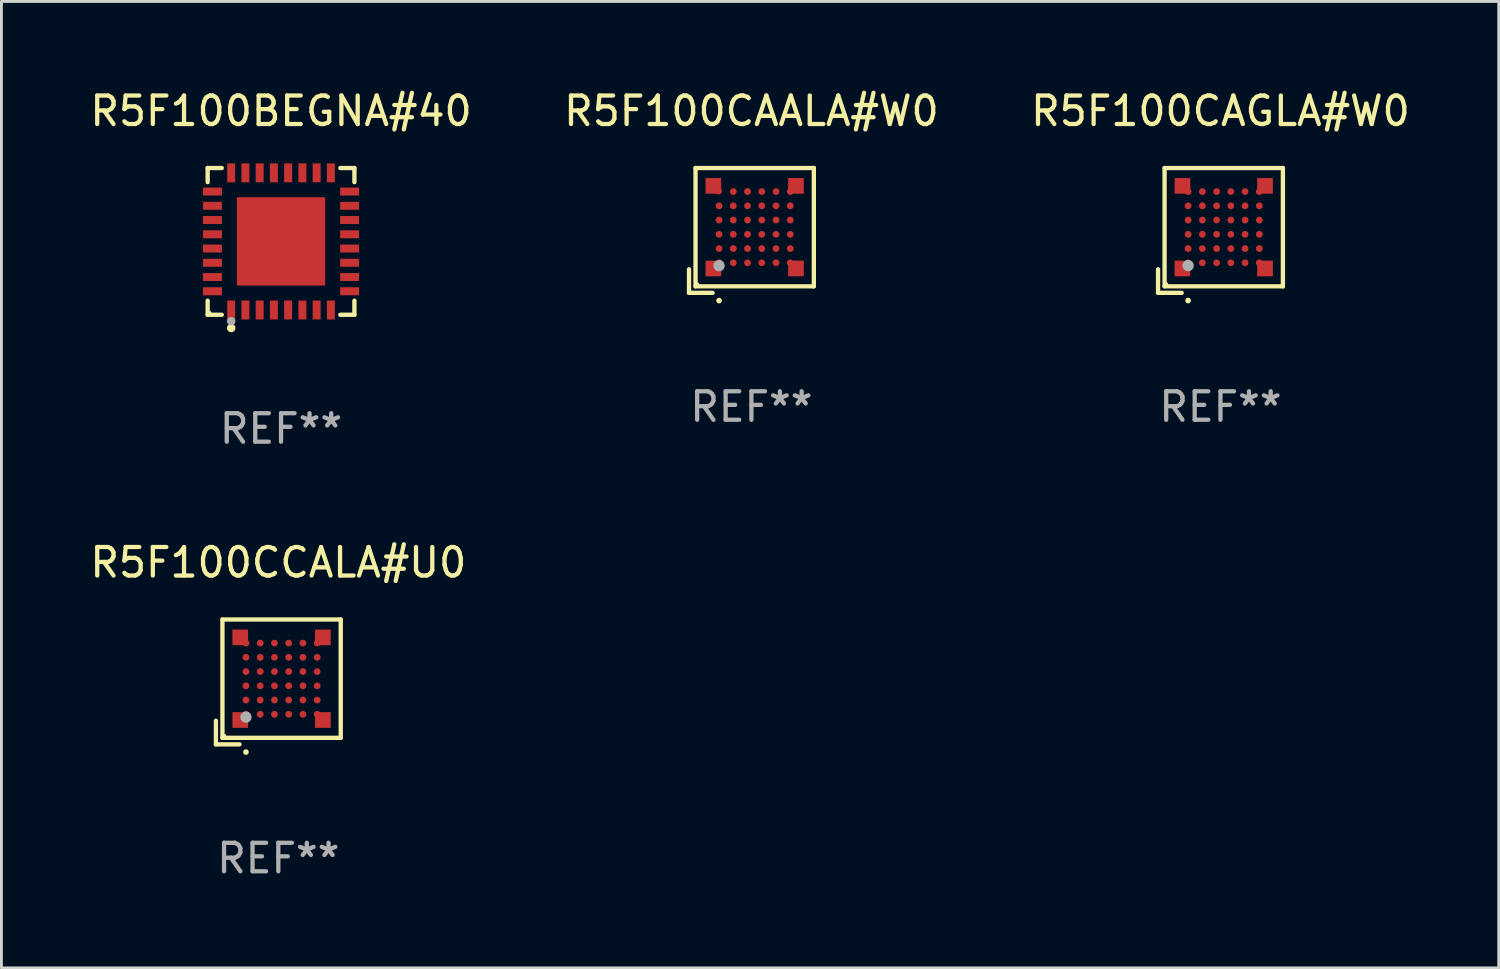
<source format=kicad_pcb>
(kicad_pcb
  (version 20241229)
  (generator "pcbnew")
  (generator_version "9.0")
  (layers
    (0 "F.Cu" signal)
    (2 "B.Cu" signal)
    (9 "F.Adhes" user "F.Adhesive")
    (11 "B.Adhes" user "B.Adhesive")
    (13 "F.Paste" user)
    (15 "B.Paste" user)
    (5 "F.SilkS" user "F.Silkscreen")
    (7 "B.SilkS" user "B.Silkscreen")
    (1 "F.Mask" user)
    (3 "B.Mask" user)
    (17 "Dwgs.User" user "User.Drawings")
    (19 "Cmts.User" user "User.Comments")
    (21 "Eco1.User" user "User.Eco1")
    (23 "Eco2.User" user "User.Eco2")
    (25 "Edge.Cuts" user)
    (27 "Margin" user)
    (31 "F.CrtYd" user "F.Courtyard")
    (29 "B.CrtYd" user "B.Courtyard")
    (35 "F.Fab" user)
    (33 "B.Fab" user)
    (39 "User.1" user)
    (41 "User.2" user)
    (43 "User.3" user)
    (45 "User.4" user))
  (footprint "R5F100CCALA#U0"
    (layer "F.Cu")
    (at 6.72 20.888)
    (property "Reference" "R5F100CCALA#U0" (at 0 -4.191 0) (layer "F.SilkS") (effects (font (size 1 1) (thickness 0.15))))
    (attr through_hole)
    (fp_line (start -2.191 1.362) (end -2.191 2.191) (stroke (width 0.152) (type solid)) (layer "F.SilkS"))
    (fp_line (start -2.191 2.191) (end -1.362 2.191) (stroke (width 0.152) (type solid)) (layer "F.SilkS"))
    (fp_line (start -1.962 -2.191) (end 2.191 -2.191) (stroke (width 0.152) (type solid)) (layer "F.SilkS"))
    (fp_line (start -1.962 1.962) (end -1.962 -2.191) (stroke (width 0.152) (type solid)) (layer "F.SilkS"))
    (fp_line (start 2.191 -2.191) (end 2.191 1.962) (stroke (width 0.152) (type solid)) (layer "F.SilkS"))
    (fp_line (start 2.191 1.962) (end -1.962 1.962) (stroke (width 0.152) (type solid)) (layer "F.SilkS"))
    (fp_circle (center -1.886 1.886) (end -1.856 1.886) (stroke (width 0.06) (type solid)) (fill no) (layer "F.SilkS"))
    (fp_circle (center -1.136 2.462) (end -1.086 2.462) (stroke (width 0.1) (type solid)) (fill no) (layer "F.SilkS"))
    (fp_circle (center -1.136 1.236) (end -1.036 1.236) (stroke (width 0.2) (type solid)) (fill no) (layer "F.Fab"))
    (fp_text user "REF**" (at 0 6.191 0) (layer "F.Fab") (effects (font (size 1 1) (thickness 0.15))))
    (pad "A1" smd rect (at -1.336 1.336) (size 0.55 0.55) (layers "F.Cu" "F.Mask" "F.Paste"))
    (pad "A1" smd circle (at -1.136 1.136) (size 0.24 0.24) (layers "F.Cu" "F.Mask" "F.Paste"))
    (pad "A2" smd circle (at -1.136 0.636) (size 0.24 0.24) (layers "F.Cu" "F.Mask" "F.Paste"))
    (pad "A3" smd circle (at -1.136 0.136) (size 0.24 0.24) (layers "F.Cu" "F.Mask" "F.Paste"))
    (pad "A4" smd circle (at -1.136 -0.364) (size 0.24 0.24) (layers "F.Cu" "F.Mask" "F.Paste"))
    (pad "A5" smd circle (at -1.136 -0.864) (size 0.24 0.24) (layers "F.Cu" "F.Mask" "F.Paste"))
    (pad "A6" smd rect (at -1.336 -1.564) (size 0.55 0.55) (layers "F.Cu" "F.Mask" "F.Paste"))
    (pad "A6" smd circle (at -1.136 -1.364) (size 0.24 0.24) (layers "F.Cu" "F.Mask" "F.Paste"))
    (pad "B1" smd circle (at -0.636 1.136) (size 0.24 0.24) (layers "F.Cu" "F.Mask" "F.Paste"))
    (pad "B2" smd circle (at -0.636 0.636) (size 0.24 0.24) (layers "F.Cu" "F.Mask" "F.Paste"))
    (pad "B3" smd circle (at -0.636 0.136) (size 0.24 0.24) (layers "F.Cu" "F.Mask" "F.Paste"))
    (pad "B4" smd circle (at -0.636 -0.364) (size 0.24 0.24) (layers "F.Cu" "F.Mask" "F.Paste"))
    (pad "B5" smd circle (at -0.636 -0.864) (size 0.24 0.24) (layers "F.Cu" "F.Mask" "F.Paste"))
    (pad "B6" smd circle (at -0.636 -1.364) (size 0.24 0.24) (layers "F.Cu" "F.Mask" "F.Paste"))
    (pad "C1" smd circle (at -0.136 1.136) (size 0.24 0.24) (layers "F.Cu" "F.Mask" "F.Paste"))
    (pad "C2" smd circle (at -0.136 0.636) (size 0.24 0.24) (layers "F.Cu" "F.Mask" "F.Paste"))
    (pad "C3" smd circle (at -0.136 0.136) (size 0.24 0.24) (layers "F.Cu" "F.Mask" "F.Paste"))
    (pad "C4" smd circle (at -0.136 -0.364) (size 0.24 0.24) (layers "F.Cu" "F.Mask" "F.Paste"))
    (pad "C5" smd circle (at -0.136 -0.864) (size 0.24 0.24) (layers "F.Cu" "F.Mask" "F.Paste"))
    (pad "C6" smd circle (at -0.136 -1.364) (size 0.24 0.24) (layers "F.Cu" "F.Mask" "F.Paste"))
    (pad "D1" smd circle (at 0.364 1.136) (size 0.24 0.24) (layers "F.Cu" "F.Mask" "F.Paste"))
    (pad "D2" smd circle (at 0.364 0.636) (size 0.24 0.24) (layers "F.Cu" "F.Mask" "F.Paste"))
    (pad "D3" smd circle (at 0.364 0.136) (size 0.24 0.24) (layers "F.Cu" "F.Mask" "F.Paste"))
    (pad "D4" smd circle (at 0.364 -0.364) (size 0.24 0.24) (layers "F.Cu" "F.Mask" "F.Paste"))
    (pad "D5" smd circle (at 0.364 -0.864) (size 0.24 0.24) (layers "F.Cu" "F.Mask" "F.Paste"))
    (pad "D6" smd circle (at 0.364 -1.364) (size 0.24 0.24) (layers "F.Cu" "F.Mask" "F.Paste"))
    (pad "E1" smd circle (at 0.864 1.136) (size 0.24 0.24) (layers "F.Cu" "F.Mask" "F.Paste"))
    (pad "E2" smd circle (at 0.864 0.636) (size 0.24 0.24) (layers "F.Cu" "F.Mask" "F.Paste"))
    (pad "E3" smd circle (at 0.864 0.136) (size 0.24 0.24) (layers "F.Cu" "F.Mask" "F.Paste"))
    (pad "E4" smd circle (at 0.864 -0.364) (size 0.24 0.24) (layers "F.Cu" "F.Mask" "F.Paste"))
    (pad "E5" smd circle (at 0.864 -0.864) (size 0.24 0.24) (layers "F.Cu" "F.Mask" "F.Paste"))
    (pad "E6" smd circle (at 0.864 -1.364) (size 0.24 0.24) (layers "F.Cu" "F.Mask" "F.Paste"))
    (pad "F1" smd circle (at 1.364 1.136) (size 0.24 0.24) (layers "F.Cu" "F.Mask" "F.Paste"))
    (pad "F1" smd rect (at 1.564 1.336) (size 0.55 0.55) (layers "F.Cu" "F.Mask" "F.Paste"))
    (pad "F2" smd circle (at 1.364 0.636) (size 0.24 0.24) (layers "F.Cu" "F.Mask" "F.Paste"))
    (pad "F3" smd circle (at 1.364 0.136) (size 0.24 0.24) (layers "F.Cu" "F.Mask" "F.Paste"))
    (pad "F4" smd circle (at 1.364 -0.364) (size 0.24 0.24) (layers "F.Cu" "F.Mask" "F.Paste"))
    (pad "F5" smd circle (at 1.364 -0.864) (size 0.24 0.24) (layers "F.Cu" "F.Mask" "F.Paste"))
    (pad "F6" smd circle (at 1.364 -1.364) (size 0.24 0.24) (layers "F.Cu" "F.Mask" "F.Paste"))
    (pad "F6" smd rect (at 1.564 -1.564) (size 0.55 0.55) (layers "F.Cu" "F.Mask" "F.Paste")))
  (footprint "R5F100CAGLA#W0"
    (layer "F.Cu")
    (at 39.792 5.039)
    (property "Reference" "R5F100CAGLA#W0" (at 0 -4.191 0) (layer "F.SilkS") (effects (font (size 1 1) (thickness 0.15))))
    (attr through_hole)
    (fp_line (start -2.191 1.362) (end -2.191 2.191) (stroke (width 0.152) (type solid)) (layer "F.SilkS"))
    (fp_line (start -2.191 2.191) (end -1.362 2.191) (stroke (width 0.152) (type solid)) (layer "F.SilkS"))
    (fp_line (start -1.962 -2.191) (end 2.191 -2.191) (stroke (width 0.152) (type solid)) (layer "F.SilkS"))
    (fp_line (start -1.962 1.962) (end -1.962 -2.191) (stroke (width 0.152) (type solid)) (layer "F.SilkS"))
    (fp_line (start 2.191 -2.191) (end 2.191 1.962) (stroke (width 0.152) (type solid)) (layer "F.SilkS"))
    (fp_line (start 2.191 1.962) (end -1.962 1.962) (stroke (width 0.152) (type solid)) (layer "F.SilkS"))
    (fp_circle (center -1.886 1.886) (end -1.856 1.886) (stroke (width 0.06) (type solid)) (fill no) (layer "F.SilkS"))
    (fp_circle (center -1.136 2.462) (end -1.086 2.462) (stroke (width 0.1) (type solid)) (fill no) (layer "F.SilkS"))
    (fp_circle (center -1.136 1.236) (end -1.036 1.236) (stroke (width 0.2) (type solid)) (fill no) (layer "F.Fab"))
    (fp_text user "REF**" (at 0 6.191 0) (layer "F.Fab") (effects (font (size 1 1) (thickness 0.15))))
    (pad "A1" smd rect (at -1.336 1.336) (size 0.55 0.55) (layers "F.Cu" "F.Mask" "F.Paste"))
    (pad "A1" smd circle (at -1.136 1.136) (size 0.24 0.24) (layers "F.Cu" "F.Mask" "F.Paste"))
    (pad "A2" smd circle (at -1.136 0.636) (size 0.24 0.24) (layers "F.Cu" "F.Mask" "F.Paste"))
    (pad "A3" smd circle (at -1.136 0.136) (size 0.24 0.24) (layers "F.Cu" "F.Mask" "F.Paste"))
    (pad "A4" smd circle (at -1.136 -0.364) (size 0.24 0.24) (layers "F.Cu" "F.Mask" "F.Paste"))
    (pad "A5" smd circle (at -1.136 -0.864) (size 0.24 0.24) (layers "F.Cu" "F.Mask" "F.Paste"))
    (pad "A6" smd rect (at -1.336 -1.564) (size 0.55 0.55) (layers "F.Cu" "F.Mask" "F.Paste"))
    (pad "A6" smd circle (at -1.136 -1.364) (size 0.24 0.24) (layers "F.Cu" "F.Mask" "F.Paste"))
    (pad "B1" smd circle (at -0.636 1.136) (size 0.24 0.24) (layers "F.Cu" "F.Mask" "F.Paste"))
    (pad "B2" smd circle (at -0.636 0.636) (size 0.24 0.24) (layers "F.Cu" "F.Mask" "F.Paste"))
    (pad "B3" smd circle (at -0.636 0.136) (size 0.24 0.24) (layers "F.Cu" "F.Mask" "F.Paste"))
    (pad "B4" smd circle (at -0.636 -0.364) (size 0.24 0.24) (layers "F.Cu" "F.Mask" "F.Paste"))
    (pad "B5" smd circle (at -0.636 -0.864) (size 0.24 0.24) (layers "F.Cu" "F.Mask" "F.Paste"))
    (pad "B6" smd circle (at -0.636 -1.364) (size 0.24 0.24) (layers "F.Cu" "F.Mask" "F.Paste"))
    (pad "C1" smd circle (at -0.136 1.136) (size 0.24 0.24) (layers "F.Cu" "F.Mask" "F.Paste"))
    (pad "C2" smd circle (at -0.136 0.636) (size 0.24 0.24) (layers "F.Cu" "F.Mask" "F.Paste"))
    (pad "C3" smd circle (at -0.136 0.136) (size 0.24 0.24) (layers "F.Cu" "F.Mask" "F.Paste"))
    (pad "C4" smd circle (at -0.136 -0.364) (size 0.24 0.24) (layers "F.Cu" "F.Mask" "F.Paste"))
    (pad "C5" smd circle (at -0.136 -0.864) (size 0.24 0.24) (layers "F.Cu" "F.Mask" "F.Paste"))
    (pad "C6" smd circle (at -0.136 -1.364) (size 0.24 0.24) (layers "F.Cu" "F.Mask" "F.Paste"))
    (pad "D1" smd circle (at 0.364 1.136) (size 0.24 0.24) (layers "F.Cu" "F.Mask" "F.Paste"))
    (pad "D2" smd circle (at 0.364 0.636) (size 0.24 0.24) (layers "F.Cu" "F.Mask" "F.Paste"))
    (pad "D3" smd circle (at 0.364 0.136) (size 0.24 0.24) (layers "F.Cu" "F.Mask" "F.Paste"))
    (pad "D4" smd circle (at 0.364 -0.364) (size 0.24 0.24) (layers "F.Cu" "F.Mask" "F.Paste"))
    (pad "D5" smd circle (at 0.364 -0.864) (size 0.24 0.24) (layers "F.Cu" "F.Mask" "F.Paste"))
    (pad "D6" smd circle (at 0.364 -1.364) (size 0.24 0.24) (layers "F.Cu" "F.Mask" "F.Paste"))
    (pad "E1" smd circle (at 0.864 1.136) (size 0.24 0.24) (layers "F.Cu" "F.Mask" "F.Paste"))
    (pad "E2" smd circle (at 0.864 0.636) (size 0.24 0.24) (layers "F.Cu" "F.Mask" "F.Paste"))
    (pad "E3" smd circle (at 0.864 0.136) (size 0.24 0.24) (layers "F.Cu" "F.Mask" "F.Paste"))
    (pad "E4" smd circle (at 0.864 -0.364) (size 0.24 0.24) (layers "F.Cu" "F.Mask" "F.Paste"))
    (pad "E5" smd circle (at 0.864 -0.864) (size 0.24 0.24) (layers "F.Cu" "F.Mask" "F.Paste"))
    (pad "E6" smd circle (at 0.864 -1.364) (size 0.24 0.24) (layers "F.Cu" "F.Mask" "F.Paste"))
    (pad "F1" smd circle (at 1.364 1.136) (size 0.24 0.24) (layers "F.Cu" "F.Mask" "F.Paste"))
    (pad "F1" smd rect (at 1.564 1.336) (size 0.55 0.55) (layers "F.Cu" "F.Mask" "F.Paste"))
    (pad "F2" smd circle (at 1.364 0.636) (size 0.24 0.24) (layers "F.Cu" "F.Mask" "F.Paste"))
    (pad "F3" smd circle (at 1.364 0.136) (size 0.24 0.24) (layers "F.Cu" "F.Mask" "F.Paste"))
    (pad "F4" smd circle (at 1.364 -0.364) (size 0.24 0.24) (layers "F.Cu" "F.Mask" "F.Paste"))
    (pad "F5" smd circle (at 1.364 -0.864) (size 0.24 0.24) (layers "F.Cu" "F.Mask" "F.Paste"))
    (pad "F6" smd circle (at 1.364 -1.364) (size 0.24 0.24) (layers "F.Cu" "F.Mask" "F.Paste"))
    (pad "F6" smd rect (at 1.564 -1.564) (size 0.55 0.55) (layers "F.Cu" "F.Mask" "F.Paste")))
  (footprint "R5F100BEGNA#40"
    (layer "F.Cu")
    (at 6.815 5.424)
    (property "Reference" "R5F100BEGNA#40" (at 0 -4.576 0) (layer "F.SilkS") (effects (font (size 1 1) (thickness 0.15))))
    (attr through_hole)
    (fp_line (start -2.576 -2.576) (end -2.08 -2.576) (stroke (width 0.152) (type solid)) (layer "F.SilkS"))
    (fp_line (start -2.576 -2.08) (end -2.576 -2.576) (stroke (width 0.152) (type solid)) (layer "F.SilkS"))
    (fp_line (start -2.576 2.08) (end -2.576 2.576) (stroke (width 0.152) (type solid)) (layer "F.SilkS"))
    (fp_line (start -2.576 2.576) (end -2.08 2.576) (stroke (width 0.152) (type solid)) (layer "F.SilkS"))
    (fp_line (start 2.576 -2.576) (end 2.08 -2.576) (stroke (width 0.152) (type solid)) (layer "F.SilkS"))
    (fp_line (start 2.576 -2.08) (end 2.576 -2.576) (stroke (width 0.152) (type solid)) (layer "F.SilkS"))
    (fp_line (start 2.576 2.08) (end 2.576 2.576) (stroke (width 0.152) (type solid)) (layer "F.SilkS"))
    (fp_line (start 2.576 2.576) (end 2.08 2.576) (stroke (width 0.152) (type solid)) (layer "F.SilkS"))
    (fp_circle (center -2.5 2.5) (end -2.47 2.5) (stroke (width 0.06) (type solid)) (fill no) (layer "F.SilkS"))
    (fp_circle (center -1.75 3.04) (end -1.675 3.04) (stroke (width 0.15) (type solid)) (fill no) (layer "F.SilkS"))
    (fp_circle (center -1.75 2.8) (end -1.675 2.8) (stroke (width 0.15) (type solid)) (fill no) (layer "F.Fab"))
    (fp_text user "REF**" (at 0 6.576 0) (layer "F.Fab") (effects (font (size 1 1) (thickness 0.15))))
    (pad "1" smd rect (at -1.75 2.407) (size 0.28 0.665) (layers "F.Cu" "F.Mask" "F.Paste"))
    (pad "2" smd rect (at -1.25 2.407) (size 0.28 0.665) (layers "F.Cu" "F.Mask" "F.Paste"))
    (pad "3" smd rect (at -0.75 2.407) (size 0.28 0.665) (layers "F.Cu" "F.Mask" "F.Paste"))
    (pad "4" smd rect (at -0.25 2.407) (size 0.28 0.665) (layers "F.Cu" "F.Mask" "F.Paste"))
    (pad "5" smd rect (at 0.25 2.407) (size 0.28 0.665) (layers "F.Cu" "F.Mask" "F.Paste"))
    (pad "6" smd rect (at 0.75 2.407) (size 0.28 0.665) (layers "F.Cu" "F.Mask" "F.Paste"))
    (pad "7" smd rect (at 1.25 2.407) (size 0.28 0.665) (layers "F.Cu" "F.Mask" "F.Paste"))
    (pad "8" smd rect (at 1.75 2.407) (size 0.28 0.665) (layers "F.Cu" "F.Mask" "F.Paste"))
    (pad "9" smd rect (at 2.407 1.75) (size 0.665 0.28) (layers "F.Cu" "F.Mask" "F.Paste"))
    (pad "10" smd rect (at 2.407 1.25) (size 0.665 0.28) (layers "F.Cu" "F.Mask" "F.Paste"))
    (pad "11" smd rect (at 2.407 0.75) (size 0.665 0.28) (layers "F.Cu" "F.Mask" "F.Paste"))
    (pad "12" smd rect (at 2.407 0.25) (size 0.665 0.28) (layers "F.Cu" "F.Mask" "F.Paste"))
    (pad "13" smd rect (at 2.407 -0.25) (size 0.665 0.28) (layers "F.Cu" "F.Mask" "F.Paste"))
    (pad "14" smd rect (at 2.407 -0.75) (size 0.665 0.28) (layers "F.Cu" "F.Mask" "F.Paste"))
    (pad "15" smd rect (at 2.407 -1.25) (size 0.665 0.28) (layers "F.Cu" "F.Mask" "F.Paste"))
    (pad "16" smd rect (at 2.407 -1.75) (size 0.665 0.28) (layers "F.Cu" "F.Mask" "F.Paste"))
    (pad "17" smd rect (at 1.75 -2.407) (size 0.28 0.665) (layers "F.Cu" "F.Mask" "F.Paste"))
    (pad "18" smd rect (at 1.25 -2.407) (size 0.28 0.665) (layers "F.Cu" "F.Mask" "F.Paste"))
    (pad "19" smd rect (at 0.75 -2.407) (size 0.28 0.665) (layers "F.Cu" "F.Mask" "F.Paste"))
    (pad "20" smd rect (at 0.25 -2.407) (size 0.28 0.665) (layers "F.Cu" "F.Mask" "F.Paste"))
    (pad "21" smd rect (at -0.25 -2.407) (size 0.28 0.665) (layers "F.Cu" "F.Mask" "F.Paste"))
    (pad "22" smd rect (at -0.75 -2.407) (size 0.28 0.665) (layers "F.Cu" "F.Mask" "F.Paste"))
    (pad "23" smd rect (at -1.25 -2.407) (size 0.28 0.665) (layers "F.Cu" "F.Mask" "F.Paste"))
    (pad "24" smd rect (at -1.75 -2.407) (size 0.28 0.665) (layers "F.Cu" "F.Mask" "F.Paste"))
    (pad "25" smd rect (at -2.407 -1.75) (size 0.665 0.28) (layers "F.Cu" "F.Mask" "F.Paste"))
    (pad "26" smd rect (at -2.407 -1.25) (size 0.665 0.28) (layers "F.Cu" "F.Mask" "F.Paste"))
    (pad "27" smd rect (at -2.407 -0.75) (size 0.665 0.28) (layers "F.Cu" "F.Mask" "F.Paste"))
    (pad "28" smd rect (at -2.407 -0.25) (size 0.665 0.28) (layers "F.Cu" "F.Mask" "F.Paste"))
    (pad "29" smd rect (at -2.407 0.25) (size 0.665 0.28) (layers "F.Cu" "F.Mask" "F.Paste"))
    (pad "30" smd rect (at -2.407 0.75) (size 0.665 0.28) (layers "F.Cu" "F.Mask" "F.Paste"))
    (pad "31" smd rect (at -2.407 1.25) (size 0.665 0.28) (layers "F.Cu" "F.Mask" "F.Paste"))
    (pad "32" smd rect (at -2.407 1.75) (size 0.665 0.28) (layers "F.Cu" "F.Mask" "F.Paste"))
    (pad "33" smd rect (at 0 0) (size 3.1 3.1) (layers "F.Cu" "F.Mask" "F.Paste")))
  (footprint "R5F100CAALA#W0"
    (layer "F.Cu")
    (at 23.327 5.039)
    (property "Reference" "R5F100CAALA#W0" (at 0 -4.191 0) (layer "F.SilkS") (effects (font (size 1 1) (thickness 0.15))))
    (attr through_hole)
    (fp_line (start -2.191 1.362) (end -2.191 2.191) (stroke (width 0.152) (type solid)) (layer "F.SilkS"))
    (fp_line (start -2.191 2.191) (end -1.362 2.191) (stroke (width 0.152) (type solid)) (layer "F.SilkS"))
    (fp_line (start -1.962 -2.191) (end 2.191 -2.191) (stroke (width 0.152) (type solid)) (layer "F.SilkS"))
    (fp_line (start -1.962 1.962) (end -1.962 -2.191) (stroke (width 0.152) (type solid)) (layer "F.SilkS"))
    (fp_line (start 2.191 -2.191) (end 2.191 1.962) (stroke (width 0.152) (type solid)) (layer "F.SilkS"))
    (fp_line (start 2.191 1.962) (end -1.962 1.962) (stroke (width 0.152) (type solid)) (layer "F.SilkS"))
    (fp_circle (center -1.886 1.886) (end -1.856 1.886) (stroke (width 0.06) (type solid)) (fill no) (layer "F.SilkS"))
    (fp_circle (center -1.136 2.462) (end -1.086 2.462) (stroke (width 0.1) (type solid)) (fill no) (layer "F.SilkS"))
    (fp_circle (center -1.136 1.236) (end -1.036 1.236) (stroke (width 0.2) (type solid)) (fill no) (layer "F.Fab"))
    (fp_text user "REF**" (at 0 6.191 0) (layer "F.Fab") (effects (font (size 1 1) (thickness 0.15))))
    (pad "A1" smd rect (at -1.336 1.336) (size 0.55 0.55) (layers "F.Cu" "F.Mask" "F.Paste"))
    (pad "A1" smd circle (at -1.136 1.136) (size 0.24 0.24) (layers "F.Cu" "F.Mask" "F.Paste"))
    (pad "A2" smd circle (at -1.136 0.636) (size 0.24 0.24) (layers "F.Cu" "F.Mask" "F.Paste"))
    (pad "A3" smd circle (at -1.136 0.136) (size 0.24 0.24) (layers "F.Cu" "F.Mask" "F.Paste"))
    (pad "A4" smd circle (at -1.136 -0.364) (size 0.24 0.24) (layers "F.Cu" "F.Mask" "F.Paste"))
    (pad "A5" smd circle (at -1.136 -0.864) (size 0.24 0.24) (layers "F.Cu" "F.Mask" "F.Paste"))
    (pad "A6" smd rect (at -1.336 -1.564) (size 0.55 0.55) (layers "F.Cu" "F.Mask" "F.Paste"))
    (pad "A6" smd circle (at -1.156 -1.384) (size 0.24 0.24) (layers "F.Cu" "F.Mask" "F.Paste"))
    (pad "B1" smd circle (at -0.636 1.136) (size 0.24 0.24) (layers "F.Cu" "F.Mask" "F.Paste"))
    (pad "B2" smd circle (at -0.636 0.636) (size 0.24 0.24) (layers "F.Cu" "F.Mask" "F.Paste"))
    (pad "B3" smd circle (at -0.636 0.136) (size 0.24 0.24) (layers "F.Cu" "F.Mask" "F.Paste"))
    (pad "B4" smd circle (at -0.636 -0.364) (size 0.24 0.24) (layers "F.Cu" "F.Mask" "F.Paste"))
    (pad "B5" smd circle (at -0.636 -0.864) (size 0.24 0.24) (layers "F.Cu" "F.Mask" "F.Paste"))
    (pad "B6" smd circle (at -0.636 -1.364) (size 0.24 0.24) (layers "F.Cu" "F.Mask" "F.Paste"))
    (pad "C1" smd circle (at -0.136 1.136) (size 0.24 0.24) (layers "F.Cu" "F.Mask" "F.Paste"))
    (pad "C2" smd circle (at -0.136 0.636) (size 0.24 0.24) (layers "F.Cu" "F.Mask" "F.Paste"))
    (pad "C3" smd circle (at -0.136 0.136) (size 0.24 0.24) (layers "F.Cu" "F.Mask" "F.Paste"))
    (pad "C4" smd circle (at -0.136 -0.364) (size 0.24 0.24) (layers "F.Cu" "F.Mask" "F.Paste"))
    (pad "C5" smd circle (at -0.136 -0.864) (size 0.24 0.24) (layers "F.Cu" "F.Mask" "F.Paste"))
    (pad "C6" smd circle (at -0.136 -1.364) (size 0.24 0.24) (layers "F.Cu" "F.Mask" "F.Paste"))
    (pad "D1" smd circle (at 0.364 1.136) (size 0.24 0.24) (layers "F.Cu" "F.Mask" "F.Paste"))
    (pad "D2" smd circle (at 0.364 0.636) (size 0.24 0.24) (layers "F.Cu" "F.Mask" "F.Paste"))
    (pad "D3" smd circle (at 0.364 0.136) (size 0.24 0.24) (layers "F.Cu" "F.Mask" "F.Paste"))
    (pad "D4" smd circle (at 0.364 -0.364) (size 0.24 0.24) (layers "F.Cu" "F.Mask" "F.Paste"))
    (pad "D5" smd circle (at 0.364 -0.864) (size 0.24 0.24) (layers "F.Cu" "F.Mask" "F.Paste"))
    (pad "D6" smd circle (at 0.364 -1.364) (size 0.24 0.24) (layers "F.Cu" "F.Mask" "F.Paste"))
    (pad "E1" smd circle (at 0.864 1.136) (size 0.24 0.24) (layers "F.Cu" "F.Mask" "F.Paste"))
    (pad "E2" smd circle (at 0.864 0.636) (size 0.24 0.24) (layers "F.Cu" "F.Mask" "F.Paste"))
    (pad "E3" smd circle (at 0.864 0.136) (size 0.24 0.24) (layers "F.Cu" "F.Mask" "F.Paste"))
    (pad "E4" smd circle (at 0.864 -0.364) (size 0.24 0.24) (layers "F.Cu" "F.Mask" "F.Paste"))
    (pad "E5" smd circle (at 0.864 -0.864) (size 0.24 0.24) (layers "F.Cu" "F.Mask" "F.Paste"))
    (pad "E6" smd circle (at 0.864 -1.364) (size 0.24 0.24) (layers "F.Cu" "F.Mask" "F.Paste"))
    (pad "F1" smd circle (at 1.364 1.136) (size 0.24 0.24) (layers "F.Cu" "F.Mask" "F.Paste"))
    (pad "F1" smd rect (at 1.564 1.336) (size 0.55 0.55) (layers "F.Cu" "F.Mask" "F.Paste"))
    (pad "F2" smd circle (at 1.364 0.636) (size 0.24 0.24) (layers "F.Cu" "F.Mask" "F.Paste"))
    (pad "F3" smd circle (at 1.364 0.136) (size 0.24 0.24) (layers "F.Cu" "F.Mask" "F.Paste"))
    (pad "F4" smd circle (at 1.364 -0.364) (size 0.24 0.24) (layers "F.Cu" "F.Mask" "F.Paste"))
    (pad "F5" smd circle (at 1.364 -0.864) (size 0.24 0.24) (layers "F.Cu" "F.Mask" "F.Paste"))
    (pad "F6" smd circle (at 1.364 -1.364) (size 0.24 0.24) (layers "F.Cu" "F.Mask" "F.Paste"))
    (pad "F6" smd rect (at 1.564 -1.564) (size 0.55 0.55) (layers "F.Cu" "F.Mask" "F.Paste")))
  (gr_rect
    (start -3 -3)
    (end 49.56 30.926)
    (stroke (width 0.1) (type default))
    (fill no)
    (layer "Edge.Cuts")))
</source>
